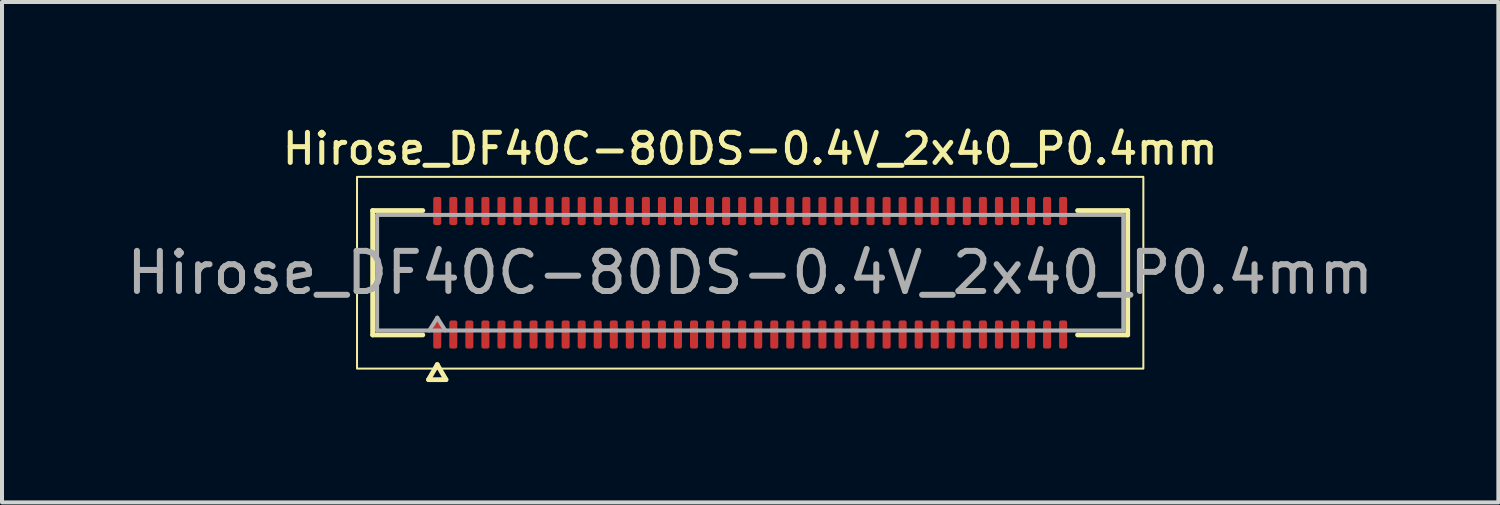
<source format=kicad_pcb>
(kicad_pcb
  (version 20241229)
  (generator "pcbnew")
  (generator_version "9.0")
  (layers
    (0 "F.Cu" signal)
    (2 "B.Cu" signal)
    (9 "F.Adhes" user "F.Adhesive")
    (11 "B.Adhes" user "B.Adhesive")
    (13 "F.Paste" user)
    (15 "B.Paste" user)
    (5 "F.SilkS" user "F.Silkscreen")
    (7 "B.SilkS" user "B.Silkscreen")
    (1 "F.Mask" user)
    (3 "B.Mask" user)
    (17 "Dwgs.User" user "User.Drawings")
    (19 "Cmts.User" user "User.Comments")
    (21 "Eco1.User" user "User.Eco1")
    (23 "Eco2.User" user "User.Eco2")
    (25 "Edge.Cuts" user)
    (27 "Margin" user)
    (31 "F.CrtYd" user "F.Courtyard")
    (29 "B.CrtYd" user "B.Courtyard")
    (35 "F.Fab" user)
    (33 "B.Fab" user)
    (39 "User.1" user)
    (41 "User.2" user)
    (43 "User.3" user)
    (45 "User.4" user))
  (footprint "Hirose_DF40C-80DS-0.4V_2x40_P0.4mm"
    (layer "F.Cu")
    (at 15.649 3.748)
    (property "Reference" "Hirose_DF40C-80DS-0.4V_2x40_P0.4mm" (at 0 -3.09 0) (layer "F.SilkS") (effects (font (size 0.75 0.75) (thickness 0.125))))
    (attr smd)
    (fp_line (start -9.41 -1.55) (end -8.16 -1.55) (stroke (width 0.12) (type solid)) (layer "F.SilkS"))
    (fp_line (start -9.41 1.55) (end -9.41 -1.55) (stroke (width 0.12) (type solid)) (layer "F.SilkS"))
    (fp_line (start -8.16 1.55) (end -9.41 1.55) (stroke (width 0.12) (type solid)) (layer "F.SilkS"))
    (fp_line (start -8.017 2.665) (end -7.8 2.29) (stroke (width 0.12) (type solid)) (layer "F.SilkS"))
    (fp_line (start -7.8 2.29) (end -7.583 2.665) (stroke (width 0.12) (type solid)) (layer "F.SilkS"))
    (fp_line (start -7.583 2.665) (end -8.017 2.665) (stroke (width 0.12) (type solid)) (layer "F.SilkS"))
    (fp_line (start 8.16 -1.55) (end 9.41 -1.55) (stroke (width 0.12) (type solid)) (layer "F.SilkS"))
    (fp_line (start 9.41 -1.55) (end 9.41 1.55) (stroke (width 0.12) (type solid)) (layer "F.SilkS"))
    (fp_line (start 9.41 1.55) (end 8.16 1.55) (stroke (width 0.12) (type solid)) (layer "F.SilkS"))
    (fp_rect (start -9.8 -2.39) (end 9.8 2.39) (stroke (width 0.05) (type solid)) (fill no) (layer "F.SilkS"))
    (fp_line (start -9.3 -1.44) (end 9.3 -1.44) (stroke (width 0.1) (type solid)) (layer "F.Fab"))
    (fp_line (start -9.3 1.44) (end -9.3 -1.44) (stroke (width 0.1) (type solid)) (layer "F.Fab"))
    (fp_line (start -8 1.44) (end -7.8 1.12) (stroke (width 0.1) (type solid)) (layer "F.Fab"))
    (fp_line (start -7.8 1.12) (end -7.6 1.44) (stroke (width 0.1) (type solid)) (layer "F.Fab"))
    (fp_line (start 9.3 -1.44) (end 9.3 1.44) (stroke (width 0.1) (type solid)) (layer "F.Fab"))
    (fp_line (start 9.3 1.44) (end -9.3 1.44) (stroke (width 0.1) (type solid)) (layer "F.Fab"))
    (fp_text user "${REFERENCE}" (at 0 0 0) (layer "F.Fab") (effects (font (size 1 1) (thickness 0.15))))
    (pad "1" smd roundrect (at -7.8 1.54) (size 0.2 0.7) (layers "F.Cu" "F.Mask" "F.Paste") (roundrect_rratio 0.25))
    (pad "2" smd roundrect (at -7.8 -1.54) (size 0.2 0.7) (layers "F.Cu" "F.Mask" "F.Paste") (roundrect_rratio 0.25))
    (pad "3" smd roundrect (at -7.4 1.54) (size 0.2 0.7) (layers "F.Cu" "F.Mask" "F.Paste") (roundrect_rratio 0.25))
    (pad "4" smd roundrect (at -7.4 -1.54) (size 0.2 0.7) (layers "F.Cu" "F.Mask" "F.Paste") (roundrect_rratio 0.25))
    (pad "5" smd roundrect (at -7 1.54) (size 0.2 0.7) (layers "F.Cu" "F.Mask" "F.Paste") (roundrect_rratio 0.25))
    (pad "6" smd roundrect (at -7 -1.54) (size 0.2 0.7) (layers "F.Cu" "F.Mask" "F.Paste") (roundrect_rratio 0.25))
    (pad "7" smd roundrect (at -6.6 1.54) (size 0.2 0.7) (layers "F.Cu" "F.Mask" "F.Paste") (roundrect_rratio 0.25))
    (pad "8" smd roundrect (at -6.6 -1.54) (size 0.2 0.7) (layers "F.Cu" "F.Mask" "F.Paste") (roundrect_rratio 0.25))
    (pad "9" smd roundrect (at -6.2 1.54) (size 0.2 0.7) (layers "F.Cu" "F.Mask" "F.Paste") (roundrect_rratio 0.25))
    (pad "10" smd roundrect (at -6.2 -1.54) (size 0.2 0.7) (layers "F.Cu" "F.Mask" "F.Paste") (roundrect_rratio 0.25))
    (pad "11" smd roundrect (at -5.8 1.54) (size 0.2 0.7) (layers "F.Cu" "F.Mask" "F.Paste") (roundrect_rratio 0.25))
    (pad "12" smd roundrect (at -5.8 -1.54) (size 0.2 0.7) (layers "F.Cu" "F.Mask" "F.Paste") (roundrect_rratio 0.25))
    (pad "13" smd roundrect (at -5.4 1.54) (size 0.2 0.7) (layers "F.Cu" "F.Mask" "F.Paste") (roundrect_rratio 0.25))
    (pad "14" smd roundrect (at -5.4 -1.54) (size 0.2 0.7) (layers "F.Cu" "F.Mask" "F.Paste") (roundrect_rratio 0.25))
    (pad "15" smd roundrect (at -5 1.54) (size 0.2 0.7) (layers "F.Cu" "F.Mask" "F.Paste") (roundrect_rratio 0.25))
    (pad "16" smd roundrect (at -5 -1.54) (size 0.2 0.7) (layers "F.Cu" "F.Mask" "F.Paste") (roundrect_rratio 0.25))
    (pad "17" smd roundrect (at -4.6 1.54) (size 0.2 0.7) (layers "F.Cu" "F.Mask" "F.Paste") (roundrect_rratio 0.25))
    (pad "18" smd roundrect (at -4.6 -1.54) (size 0.2 0.7) (layers "F.Cu" "F.Mask" "F.Paste") (roundrect_rratio 0.25))
    (pad "19" smd roundrect (at -4.2 1.54) (size 0.2 0.7) (layers "F.Cu" "F.Mask" "F.Paste") (roundrect_rratio 0.25))
    (pad "20" smd roundrect (at -4.2 -1.54) (size 0.2 0.7) (layers "F.Cu" "F.Mask" "F.Paste") (roundrect_rratio 0.25))
    (pad "21" smd roundrect (at -3.8 1.54) (size 0.2 0.7) (layers "F.Cu" "F.Mask" "F.Paste") (roundrect_rratio 0.25))
    (pad "22" smd roundrect (at -3.8 -1.54) (size 0.2 0.7) (layers "F.Cu" "F.Mask" "F.Paste") (roundrect_rratio 0.25))
    (pad "23" smd roundrect (at -3.4 1.54) (size 0.2 0.7) (layers "F.Cu" "F.Mask" "F.Paste") (roundrect_rratio 0.25))
    (pad "24" smd roundrect (at -3.4 -1.54) (size 0.2 0.7) (layers "F.Cu" "F.Mask" "F.Paste") (roundrect_rratio 0.25))
    (pad "25" smd roundrect (at -3 1.54) (size 0.2 0.7) (layers "F.Cu" "F.Mask" "F.Paste") (roundrect_rratio 0.25))
    (pad "26" smd roundrect (at -3 -1.54) (size 0.2 0.7) (layers "F.Cu" "F.Mask" "F.Paste") (roundrect_rratio 0.25))
    (pad "27" smd roundrect (at -2.6 1.54) (size 0.2 0.7) (layers "F.Cu" "F.Mask" "F.Paste") (roundrect_rratio 0.25))
    (pad "28" smd roundrect (at -2.6 -1.54) (size 0.2 0.7) (layers "F.Cu" "F.Mask" "F.Paste") (roundrect_rratio 0.25))
    (pad "29" smd roundrect (at -2.2 1.54) (size 0.2 0.7) (layers "F.Cu" "F.Mask" "F.Paste") (roundrect_rratio 0.25))
    (pad "30" smd roundrect (at -2.2 -1.54) (size 0.2 0.7) (layers "F.Cu" "F.Mask" "F.Paste") (roundrect_rratio 0.25))
    (pad "31" smd roundrect (at -1.8 1.54) (size 0.2 0.7) (layers "F.Cu" "F.Mask" "F.Paste") (roundrect_rratio 0.25))
    (pad "32" smd roundrect (at -1.8 -1.54) (size 0.2 0.7) (layers "F.Cu" "F.Mask" "F.Paste") (roundrect_rratio 0.25))
    (pad "33" smd roundrect (at -1.4 1.54) (size 0.2 0.7) (layers "F.Cu" "F.Mask" "F.Paste") (roundrect_rratio 0.25))
    (pad "34" smd roundrect (at -1.4 -1.54) (size 0.2 0.7) (layers "F.Cu" "F.Mask" "F.Paste") (roundrect_rratio 0.25))
    (pad "35" smd roundrect (at -1 1.54) (size 0.2 0.7) (layers "F.Cu" "F.Mask" "F.Paste") (roundrect_rratio 0.25))
    (pad "36" smd roundrect (at -1 -1.54) (size 0.2 0.7) (layers "F.Cu" "F.Mask" "F.Paste") (roundrect_rratio 0.25))
    (pad "37" smd roundrect (at -0.6 1.54) (size 0.2 0.7) (layers "F.Cu" "F.Mask" "F.Paste") (roundrect_rratio 0.25))
    (pad "38" smd roundrect (at -0.6 -1.54) (size 0.2 0.7) (layers "F.Cu" "F.Mask" "F.Paste") (roundrect_rratio 0.25))
    (pad "39" smd roundrect (at -0.2 1.54) (size 0.2 0.7) (layers "F.Cu" "F.Mask" "F.Paste") (roundrect_rratio 0.25))
    (pad "40" smd roundrect (at -0.2 -1.54) (size 0.2 0.7) (layers "F.Cu" "F.Mask" "F.Paste") (roundrect_rratio 0.25))
    (pad "41" smd roundrect (at 0.2 1.54) (size 0.2 0.7) (layers "F.Cu" "F.Mask" "F.Paste") (roundrect_rratio 0.25))
    (pad "42" smd roundrect (at 0.2 -1.54) (size 0.2 0.7) (layers "F.Cu" "F.Mask" "F.Paste") (roundrect_rratio 0.25))
    (pad "43" smd roundrect (at 0.6 1.54) (size 0.2 0.7) (layers "F.Cu" "F.Mask" "F.Paste") (roundrect_rratio 0.25))
    (pad "44" smd roundrect (at 0.6 -1.54) (size 0.2 0.7) (layers "F.Cu" "F.Mask" "F.Paste") (roundrect_rratio 0.25))
    (pad "45" smd roundrect (at 1 1.54) (size 0.2 0.7) (layers "F.Cu" "F.Mask" "F.Paste") (roundrect_rratio 0.25))
    (pad "46" smd roundrect (at 1 -1.54) (size 0.2 0.7) (layers "F.Cu" "F.Mask" "F.Paste") (roundrect_rratio 0.25))
    (pad "47" smd roundrect (at 1.4 1.54) (size 0.2 0.7) (layers "F.Cu" "F.Mask" "F.Paste") (roundrect_rratio 0.25))
    (pad "48" smd roundrect (at 1.4 -1.54) (size 0.2 0.7) (layers "F.Cu" "F.Mask" "F.Paste") (roundrect_rratio 0.25))
    (pad "49" smd roundrect (at 1.8 1.54) (size 0.2 0.7) (layers "F.Cu" "F.Mask" "F.Paste") (roundrect_rratio 0.25))
    (pad "50" smd roundrect (at 1.8 -1.54) (size 0.2 0.7) (layers "F.Cu" "F.Mask" "F.Paste") (roundrect_rratio 0.25))
    (pad "51" smd roundrect (at 2.2 1.54) (size 0.2 0.7) (layers "F.Cu" "F.Mask" "F.Paste") (roundrect_rratio 0.25))
    (pad "52" smd roundrect (at 2.2 -1.54) (size 0.2 0.7) (layers "F.Cu" "F.Mask" "F.Paste") (roundrect_rratio 0.25))
    (pad "53" smd roundrect (at 2.6 1.54) (size 0.2 0.7) (layers "F.Cu" "F.Mask" "F.Paste") (roundrect_rratio 0.25))
    (pad "54" smd roundrect (at 2.6 -1.54) (size 0.2 0.7) (layers "F.Cu" "F.Mask" "F.Paste") (roundrect_rratio 0.25))
    (pad "55" smd roundrect (at 3 1.54) (size 0.2 0.7) (layers "F.Cu" "F.Mask" "F.Paste") (roundrect_rratio 0.25))
    (pad "56" smd roundrect (at 3 -1.54) (size 0.2 0.7) (layers "F.Cu" "F.Mask" "F.Paste") (roundrect_rratio 0.25))
    (pad "57" smd roundrect (at 3.4 1.54) (size 0.2 0.7) (layers "F.Cu" "F.Mask" "F.Paste") (roundrect_rratio 0.25))
    (pad "58" smd roundrect (at 3.4 -1.54) (size 0.2 0.7) (layers "F.Cu" "F.Mask" "F.Paste") (roundrect_rratio 0.25))
    (pad "59" smd roundrect (at 3.8 1.54) (size 0.2 0.7) (layers "F.Cu" "F.Mask" "F.Paste") (roundrect_rratio 0.25))
    (pad "60" smd roundrect (at 3.8 -1.54) (size 0.2 0.7) (layers "F.Cu" "F.Mask" "F.Paste") (roundrect_rratio 0.25))
    (pad "61" smd roundrect (at 4.2 1.54) (size 0.2 0.7) (layers "F.Cu" "F.Mask" "F.Paste") (roundrect_rratio 0.25))
    (pad "62" smd roundrect (at 4.2 -1.54) (size 0.2 0.7) (layers "F.Cu" "F.Mask" "F.Paste") (roundrect_rratio 0.25))
    (pad "63" smd roundrect (at 4.6 1.54) (size 0.2 0.7) (layers "F.Cu" "F.Mask" "F.Paste") (roundrect_rratio 0.25))
    (pad "64" smd roundrect (at 4.6 -1.54) (size 0.2 0.7) (layers "F.Cu" "F.Mask" "F.Paste") (roundrect_rratio 0.25))
    (pad "65" smd roundrect (at 5 1.54) (size 0.2 0.7) (layers "F.Cu" "F.Mask" "F.Paste") (roundrect_rratio 0.25))
    (pad "66" smd roundrect (at 5 -1.54) (size 0.2 0.7) (layers "F.Cu" "F.Mask" "F.Paste") (roundrect_rratio 0.25))
    (pad "67" smd roundrect (at 5.4 1.54) (size 0.2 0.7) (layers "F.Cu" "F.Mask" "F.Paste") (roundrect_rratio 0.25))
    (pad "68" smd roundrect (at 5.4 -1.54) (size 0.2 0.7) (layers "F.Cu" "F.Mask" "F.Paste") (roundrect_rratio 0.25))
    (pad "69" smd roundrect (at 5.8 1.54) (size 0.2 0.7) (layers "F.Cu" "F.Mask" "F.Paste") (roundrect_rratio 0.25))
    (pad "70" smd roundrect (at 5.8 -1.54) (size 0.2 0.7) (layers "F.Cu" "F.Mask" "F.Paste") (roundrect_rratio 0.25))
    (pad "71" smd roundrect (at 6.2 1.54) (size 0.2 0.7) (layers "F.Cu" "F.Mask" "F.Paste") (roundrect_rratio 0.25))
    (pad "72" smd roundrect (at 6.2 -1.54) (size 0.2 0.7) (layers "F.Cu" "F.Mask" "F.Paste") (roundrect_rratio 0.25))
    (pad "73" smd roundrect (at 6.6 1.54) (size 0.2 0.7) (layers "F.Cu" "F.Mask" "F.Paste") (roundrect_rratio 0.25))
    (pad "74" smd roundrect (at 6.6 -1.54) (size 0.2 0.7) (layers "F.Cu" "F.Mask" "F.Paste") (roundrect_rratio 0.25))
    (pad "75" smd roundrect (at 7 1.54) (size 0.2 0.7) (layers "F.Cu" "F.Mask" "F.Paste") (roundrect_rratio 0.25))
    (pad "76" smd roundrect (at 7 -1.54) (size 0.2 0.7) (layers "F.Cu" "F.Mask" "F.Paste") (roundrect_rratio 0.25))
    (pad "77" smd roundrect (at 7.4 1.54) (size 0.2 0.7) (layers "F.Cu" "F.Mask" "F.Paste") (roundrect_rratio 0.25))
    (pad "78" smd roundrect (at 7.4 -1.54) (size 0.2 0.7) (layers "F.Cu" "F.Mask" "F.Paste") (roundrect_rratio 0.25))
    (pad "79" smd roundrect (at 7.8 1.54) (size 0.2 0.7) (layers "F.Cu" "F.Mask" "F.Paste") (roundrect_rratio 0.25))
    (pad "80" smd roundrect (at 7.8 -1.54) (size 0.2 0.7) (layers "F.Cu" "F.Mask" "F.Paste") (roundrect_rratio 0.25)))
  (gr_rect
    (start -3 -3)
    (end 34.298 9.473)
    (stroke (width 0.1) (type default))
    (fill no)
    (layer "Edge.Cuts")))
</source>
